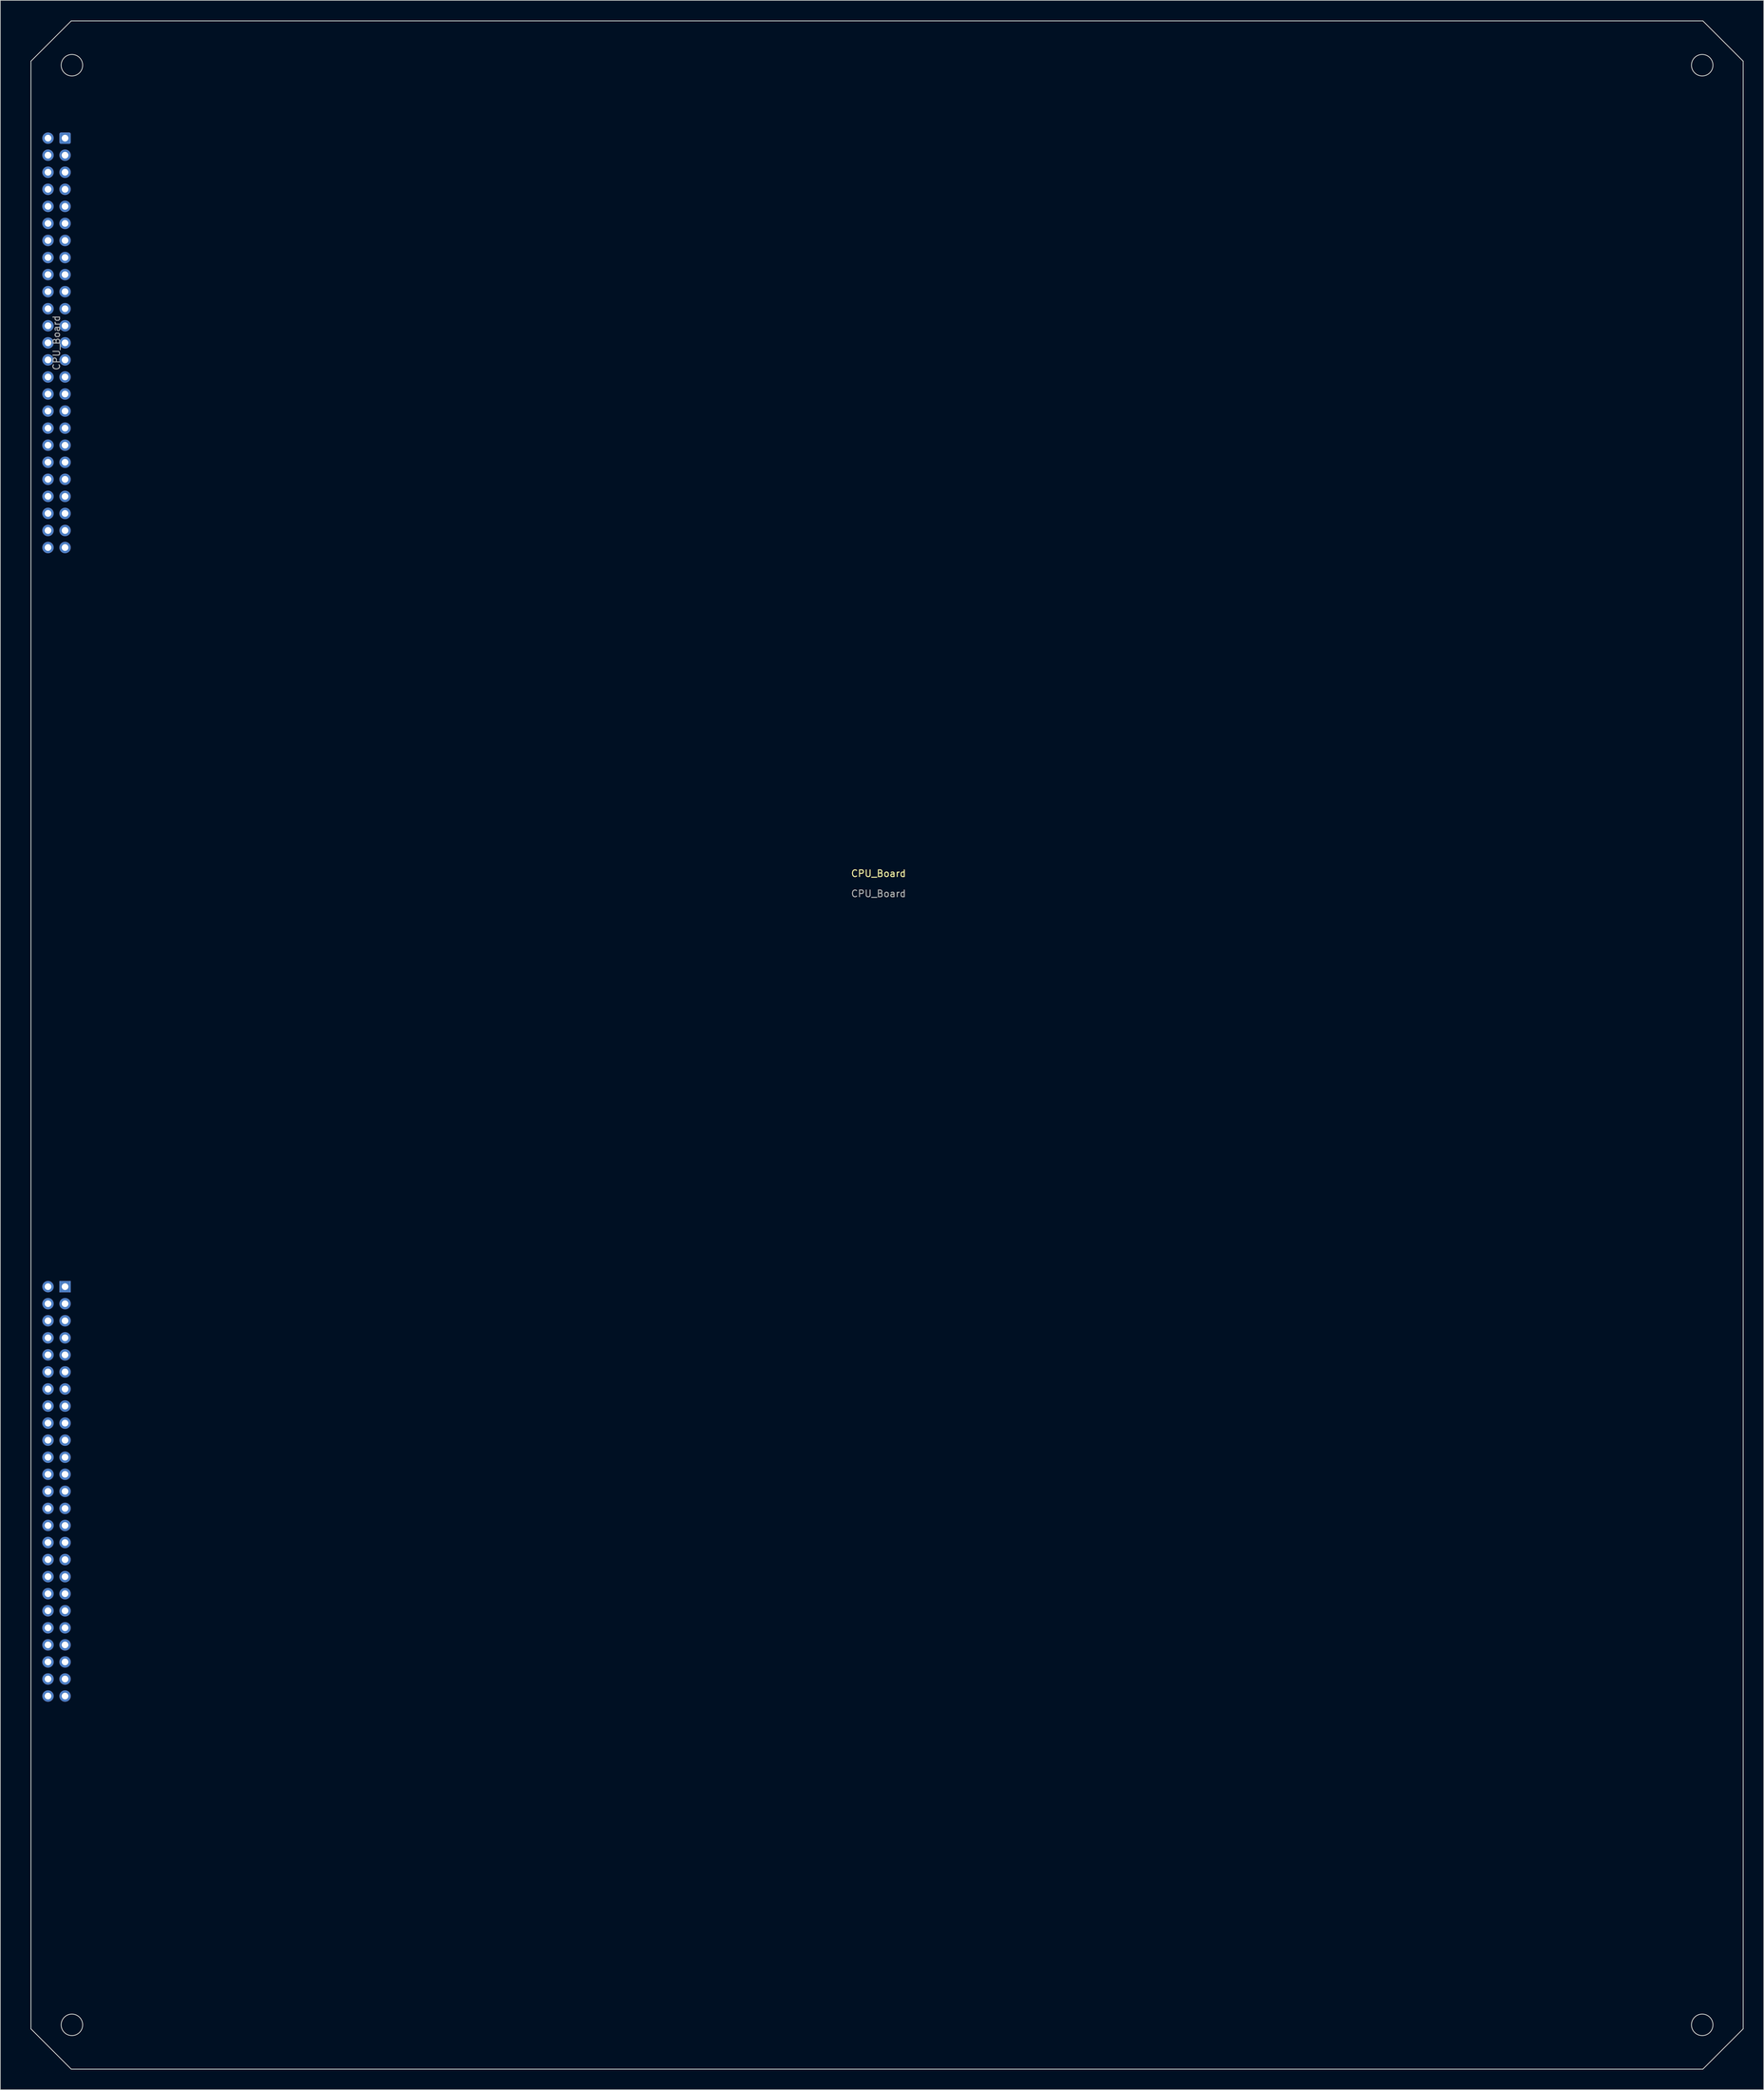
<source format=kicad_pcb>
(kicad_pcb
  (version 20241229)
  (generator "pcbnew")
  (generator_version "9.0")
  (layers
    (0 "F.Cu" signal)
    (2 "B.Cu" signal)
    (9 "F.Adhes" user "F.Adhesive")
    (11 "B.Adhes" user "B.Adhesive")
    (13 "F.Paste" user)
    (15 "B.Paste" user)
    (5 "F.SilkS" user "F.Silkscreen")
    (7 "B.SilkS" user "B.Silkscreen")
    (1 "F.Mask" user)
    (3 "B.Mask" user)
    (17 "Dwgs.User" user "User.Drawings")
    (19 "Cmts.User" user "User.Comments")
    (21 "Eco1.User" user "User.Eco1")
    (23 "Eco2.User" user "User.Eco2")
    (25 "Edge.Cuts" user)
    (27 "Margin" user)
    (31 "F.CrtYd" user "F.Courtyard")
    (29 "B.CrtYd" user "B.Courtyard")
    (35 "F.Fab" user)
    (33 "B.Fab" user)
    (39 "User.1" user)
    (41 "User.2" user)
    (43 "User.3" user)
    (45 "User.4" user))
  (footprint "CPU_Board"
    (layer "F.Cu")
    (at 127.79 127.52)
    (property "Reference" "CPU_Board" (at 0 -0.5 0) (unlocked yes) (layer "F.SilkS") (effects (font (size 1 1) (thickness 0.15))))
    (attr through_hole)
    (fp_line (start -126.23 -121.46) (end -126.23 171.54) (stroke (width 0.12) (type default)) (layer "Edge.Cuts"))
    (fp_line (start -126.23 171.54) (end -120.23 177.54) (stroke (width 0.12) (type default)) (layer "Edge.Cuts"))
    (fp_line (start -120.23 -127.46) (end -126.23 -121.46) (stroke (width 0.12) (type default)) (layer "Edge.Cuts"))
    (fp_line (start -120.23 177.54) (end 122.77 177.54) (stroke (width 0.12) (type default)) (layer "Edge.Cuts"))
    (fp_line (start 122.77 -127.46) (end -120.23 -127.46) (stroke (width 0.12) (type default)) (layer "Edge.Cuts"))
    (fp_line (start 122.77 177.54) (end 128.77 171.54) (stroke (width 0.12) (type default)) (layer "Edge.Cuts"))
    (fp_line (start 128.77 -121.46) (end 122.77 -127.46) (stroke (width 0.12) (type default)) (layer "Edge.Cuts"))
    (fp_line (start 128.77 -121.46) (end 128.77 171.54) (stroke (width 0.12) (type default)) (layer "Edge.Cuts"))
    (fp_circle (center -120.13 -120.86) (end -118.53 -120.86) (stroke (width 0.12) (type solid)) (fill no) (layer "Edge.Cuts"))
    (fp_circle (center -120.13 170.94) (end -118.53 170.94) (stroke (width 0.12) (type solid)) (fill no) (layer "Edge.Cuts"))
    (fp_circle (center 122.67 -120.86) (end 124.27 -120.86) (stroke (width 0.12) (type solid)) (fill no) (layer "Edge.Cuts"))
    (fp_circle (center 122.67 170.94) (end 124.27 170.94) (stroke (width 0.12) (type solid)) (fill no) (layer "Edge.Cuts"))
    (fp_line (start -127.73 -111.21) (end -125.73 -111.21) (stroke (width 0.12) (type default)) (layer "Margin"))
    (fp_line (start -127.73 -47.964) (end -127.73 -111.21) (stroke (width 0.12) (type default)) (layer "Margin"))
    (fp_line (start -127.73 -47.964) (end -125.73 -47.964) (stroke (width 0.12) (type default)) (layer "Margin"))
    (fp_line (start -127.73 59.69) (end -125.73 59.69) (stroke (width 0.12) (type default)) (layer "Margin"))
    (fp_line (start -127.73 123.3) (end -127.73 59.69) (stroke (width 0.12) (type default)) (layer "Margin"))
    (fp_line (start -127.73 123.3) (end -125.73 123.3) (stroke (width 0.12) (type default)) (layer "Margin"))
    (fp_line (start -124.01 60.7) (end -124.01 61.34) (stroke (width 0.1) (type solid)) (layer "F.Fab"))
    (fp_line (start -124.01 63.24) (end -124.01 63.88) (stroke (width 0.1) (type solid)) (layer "F.Fab"))
    (fp_line (start -124.01 65.78) (end -124.01 66.42) (stroke (width 0.1) (type solid)) (layer "F.Fab"))
    (fp_line (start -124.01 68.32) (end -124.01 68.96) (stroke (width 0.1) (type solid)) (layer "F.Fab"))
    (fp_line (start -124.01 70.86) (end -124.01 71.5) (stroke (width 0.1) (type solid)) (layer "F.Fab"))
    (fp_line (start -124.01 73.4) (end -124.01 74.04) (stroke (width 0.1) (type solid)) (layer "F.Fab"))
    (fp_line (start -124.01 75.94) (end -124.01 76.58) (stroke (width 0.1) (type solid)) (layer "F.Fab"))
    (fp_line (start -124.01 81.02) (end -124.01 81.66) (stroke (width 0.1) (type solid)) (layer "F.Fab"))
    (fp_line (start -124.01 83.56) (end -124.01 84.2) (stroke (width 0.1) (type solid)) (layer "F.Fab"))
    (fp_line (start -124.01 86.1) (end -124.01 86.74) (stroke (width 0.1) (type solid)) (layer "F.Fab"))
    (fp_line (start -124.01 88.64) (end -124.01 89.28) (stroke (width 0.1) (type solid)) (layer "F.Fab"))
    (fp_line (start -124.01 91.18) (end -124.01 91.82) (stroke (width 0.1) (type solid)) (layer "F.Fab"))
    (fp_line (start -124.01 93.72) (end -124.01 94.36) (stroke (width 0.1) (type solid)) (layer "F.Fab"))
    (fp_line (start -124.01 96.26) (end -124.01 96.9) (stroke (width 0.1) (type solid)) (layer "F.Fab"))
    (fp_line (start -124.01 98.8) (end -124.01 99.44) (stroke (width 0.1) (type solid)) (layer "F.Fab"))
    (fp_line (start -124.01 101.34) (end -124.01 101.98) (stroke (width 0.1) (type solid)) (layer "F.Fab"))
    (fp_line (start -124.01 103.88) (end -124.01 104.52) (stroke (width 0.1) (type solid)) (layer "F.Fab"))
    (fp_line (start -124.01 106.42) (end -124.01 107.06) (stroke (width 0.1) (type solid)) (layer "F.Fab"))
    (fp_line (start -124.01 108.96) (end -124.01 109.6) (stroke (width 0.1) (type solid)) (layer "F.Fab"))
    (fp_line (start -124.01 111.5) (end -124.01 112.14) (stroke (width 0.1) (type solid)) (layer "F.Fab"))
    (fp_line (start -124.01 114.04) (end -124.01 114.68) (stroke (width 0.1) (type solid)) (layer "F.Fab"))
    (fp_line (start -124.01 116.58) (end -124.01 117.22) (stroke (width 0.1) (type solid)) (layer "F.Fab"))
    (fp_line (start -124.01 119.12) (end -124.01 119.76) (stroke (width 0.1) (type solid)) (layer "F.Fab"))
    (fp_line (start -124.01 121.66) (end -124.01 122.3) (stroke (width 0.1) (type solid)) (layer "F.Fab"))
    (fp_line (start -120.83 79.12) (end -120.83 78.48) (stroke (width 0.1) (type solid)) (layer "F.Fab"))
    (fp_text user "${REFERENCE}" (at -122.42 -79.52 90) (layer "F.Fab") (effects (font (size 1 1) (thickness 0.15))))
    (fp_text user "${REFERENCE}" (at 0 2.5 0) (unlocked yes) (layer "F.Fab") (effects (font (size 1 1) (thickness 0.15))))
    (pad "1" thru_hole roundrect (at -121.15 -110 180) (size 1.7 1.7) (drill 1) (layers "*.Cu" "*.Mask") (roundrect_rratio 0.147))
    (pad "1" thru_hole rect (at -121.15 61.02 180) (size 1.7 1.7) (drill 1) (layers "*.Cu" "*.Mask"))
    (pad "2" thru_hole circle (at -123.69 -110 180) (size 1.7 1.7) (drill 1) (layers "*.Cu" "*.Mask"))
    (pad "2" thru_hole circle (at -123.69 61.02 180) (size 1.7 1.7) (drill 1) (layers "*.Cu" "*.Mask"))
    (pad "3" thru_hole circle (at -121.15 -107.46 180) (size 1.7 1.7) (drill 1) (layers "*.Cu" "*.Mask"))
    (pad "3" thru_hole circle (at -121.15 63.56 180) (size 1.7 1.7) (drill 1) (layers "*.Cu" "*.Mask"))
    (pad "4" thru_hole circle (at -123.69 -107.46 180) (size 1.7 1.7) (drill 1) (layers "*.Cu" "*.Mask"))
    (pad "4" thru_hole circle (at -123.69 63.56 180) (size 1.7 1.7) (drill 1) (layers "*.Cu" "*.Mask"))
    (pad "5" thru_hole circle (at -121.15 -104.92 180) (size 1.7 1.7) (drill 1) (layers "*.Cu" "*.Mask"))
    (pad "5" thru_hole circle (at -121.15 66.1 180) (size 1.7 1.7) (drill 1) (layers "*.Cu" "*.Mask"))
    (pad "6" thru_hole circle (at -123.69 -104.92 180) (size 1.7 1.7) (drill 1) (layers "*.Cu" "*.Mask"))
    (pad "6" thru_hole circle (at -123.69 66.1 180) (size 1.7 1.7) (drill 1) (layers "*.Cu" "*.Mask"))
    (pad "7" thru_hole circle (at -121.15 -102.38 180) (size 1.7 1.7) (drill 1) (layers "*.Cu" "*.Mask"))
    (pad "7" thru_hole circle (at -121.15 68.64 180) (size 1.7 1.7) (drill 1) (layers "*.Cu" "*.Mask"))
    (pad "8" thru_hole circle (at -123.69 -102.38 180) (size 1.7 1.7) (drill 1) (layers "*.Cu" "*.Mask"))
    (pad "8" thru_hole circle (at -123.69 68.64 180) (size 1.7 1.7) (drill 1) (layers "*.Cu" "*.Mask"))
    (pad "9" thru_hole circle (at -121.15 -99.84 180) (size 1.7 1.7) (drill 1) (layers "*.Cu" "*.Mask"))
    (pad "9" thru_hole circle (at -121.15 71.18 180) (size 1.7 1.7) (drill 1) (layers "*.Cu" "*.Mask"))
    (pad "10" thru_hole circle (at -123.69 -99.84 180) (size 1.7 1.7) (drill 1) (layers "*.Cu" "*.Mask"))
    (pad "10" thru_hole circle (at -123.69 71.18 180) (size 1.7 1.7) (drill 1) (layers "*.Cu" "*.Mask"))
    (pad "11" thru_hole circle (at -121.15 -97.3 180) (size 1.7 1.7) (drill 1) (layers "*.Cu" "*.Mask"))
    (pad "11" thru_hole circle (at -121.15 73.72 180) (size 1.7 1.7) (drill 1) (layers "*.Cu" "*.Mask"))
    (pad "12" thru_hole circle (at -123.69 -97.3 180) (size 1.7 1.7) (drill 1) (layers "*.Cu" "*.Mask"))
    (pad "12" thru_hole circle (at -123.69 73.72 180) (size 1.7 1.7) (drill 1) (layers "*.Cu" "*.Mask"))
    (pad "13" thru_hole circle (at -121.15 -94.76 180) (size 1.7 1.7) (drill 1) (layers "*.Cu" "*.Mask"))
    (pad "13" thru_hole circle (at -121.15 76.26 180) (size 1.7 1.7) (drill 1) (layers "*.Cu" "*.Mask"))
    (pad "14" thru_hole circle (at -123.69 -94.76 180) (size 1.7 1.7) (drill 1) (layers "*.Cu" "*.Mask"))
    (pad "14" thru_hole circle (at -123.69 76.26 180) (size 1.7 1.7) (drill 1) (layers "*.Cu" "*.Mask"))
    (pad "15" thru_hole circle (at -121.15 -92.22 180) (size 1.7 1.7) (drill 1) (layers "*.Cu" "*.Mask"))
    (pad "15" thru_hole circle (at -121.15 78.8 180) (size 1.7 1.7) (drill 1) (layers "*.Cu" "*.Mask"))
    (pad "16" thru_hole circle (at -123.69 -92.22 180) (size 1.7 1.7) (drill 1) (layers "*.Cu" "*.Mask"))
    (pad "16" thru_hole circle (at -123.69 78.8 180) (size 1.7 1.7) (drill 1) (layers "*.Cu" "*.Mask"))
    (pad "17" thru_hole circle (at -121.15 -89.68 180) (size 1.7 1.7) (drill 1) (layers "*.Cu" "*.Mask"))
    (pad "17" thru_hole circle (at -121.15 81.34 180) (size 1.7 1.7) (drill 1) (layers "*.Cu" "*.Mask"))
    (pad "18" thru_hole circle (at -123.69 -89.68 180) (size 1.7 1.7) (drill 1) (layers "*.Cu" "*.Mask"))
    (pad "18" thru_hole circle (at -123.69 81.34 180) (size 1.7 1.7) (drill 1) (layers "*.Cu" "*.Mask"))
    (pad "19" thru_hole circle (at -121.15 -87.14 180) (size 1.7 1.7) (drill 1) (layers "*.Cu" "*.Mask"))
    (pad "19" thru_hole circle (at -121.15 83.88 180) (size 1.7 1.7) (drill 1) (layers "*.Cu" "*.Mask"))
    (pad "20" thru_hole circle (at -123.69 -87.14 180) (size 1.7 1.7) (drill 1) (layers "*.Cu" "*.Mask"))
    (pad "20" thru_hole circle (at -123.69 83.88 180) (size 1.7 1.7) (drill 1) (layers "*.Cu" "*.Mask"))
    (pad "21" thru_hole circle (at -121.15 -84.6 180) (size 1.7 1.7) (drill 1) (layers "*.Cu" "*.Mask"))
    (pad "21" thru_hole circle (at -121.15 86.42 180) (size 1.7 1.7) (drill 1) (layers "*.Cu" "*.Mask"))
    (pad "22" thru_hole circle (at -123.69 -84.6 180) (size 1.7 1.7) (drill 1) (layers "*.Cu" "*.Mask"))
    (pad "22" thru_hole circle (at -123.69 86.42 180) (size 1.7 1.7) (drill 1) (layers "*.Cu" "*.Mask"))
    (pad "23" thru_hole circle (at -121.15 -82.06 180) (size 1.7 1.7) (drill 1) (layers "*.Cu" "*.Mask"))
    (pad "23" thru_hole circle (at -121.15 88.96 180) (size 1.7 1.7) (drill 1) (layers "*.Cu" "*.Mask"))
    (pad "24" thru_hole circle (at -123.69 -82.06 180) (size 1.7 1.7) (drill 1) (layers "*.Cu" "*.Mask"))
    (pad "24" thru_hole circle (at -123.69 88.96 180) (size 1.7 1.7) (drill 1) (layers "*.Cu" "*.Mask"))
    (pad "25" thru_hole circle (at -121.15 -79.52 180) (size 1.7 1.7) (drill 1) (layers "*.Cu" "*.Mask"))
    (pad "25" thru_hole circle (at -121.15 91.5 180) (size 1.7 1.7) (drill 1) (layers "*.Cu" "*.Mask"))
    (pad "26" thru_hole circle (at -123.69 -79.52 180) (size 1.7 1.7) (drill 1) (layers "*.Cu" "*.Mask"))
    (pad "26" thru_hole circle (at -123.69 91.5 180) (size 1.7 1.7) (drill 1) (layers "*.Cu" "*.Mask"))
    (pad "27" thru_hole circle (at -121.15 -76.98 180) (size 1.7 1.7) (drill 1) (layers "*.Cu" "*.Mask"))
    (pad "27" thru_hole circle (at -121.15 94.04 180) (size 1.7 1.7) (drill 1) (layers "*.Cu" "*.Mask"))
    (pad "28" thru_hole circle (at -123.69 -76.98 180) (size 1.7 1.7) (drill 1) (layers "*.Cu" "*.Mask"))
    (pad "28" thru_hole circle (at -123.69 94.04 180) (size 1.7 1.7) (drill 1) (layers "*.Cu" "*.Mask"))
    (pad "29" thru_hole circle (at -121.15 -74.44 180) (size 1.7 1.7) (drill 1) (layers "*.Cu" "*.Mask"))
    (pad "29" thru_hole circle (at -121.15 96.58 180) (size 1.7 1.7) (drill 1) (layers "*.Cu" "*.Mask"))
    (pad "30" thru_hole circle (at -123.69 -74.44 180) (size 1.7 1.7) (drill 1) (layers "*.Cu" "*.Mask"))
    (pad "30" thru_hole circle (at -123.69 96.58 180) (size 1.7 1.7) (drill 1) (layers "*.Cu" "*.Mask"))
    (pad "31" thru_hole circle (at -121.15 -71.9 180) (size 1.7 1.7) (drill 1) (layers "*.Cu" "*.Mask"))
    (pad "31" thru_hole circle (at -121.15 99.12 180) (size 1.7 1.7) (drill 1) (layers "*.Cu" "*.Mask"))
    (pad "32" thru_hole circle (at -123.69 -71.9 180) (size 1.7 1.7) (drill 1) (layers "*.Cu" "*.Mask"))
    (pad "32" thru_hole circle (at -123.69 99.12 180) (size 1.7 1.7) (drill 1) (layers "*.Cu" "*.Mask"))
    (pad "33" thru_hole circle (at -121.15 -69.36 180) (size 1.7 1.7) (drill 1) (layers "*.Cu" "*.Mask"))
    (pad "33" thru_hole circle (at -121.15 101.66 180) (size 1.7 1.7) (drill 1) (layers "*.Cu" "*.Mask"))
    (pad "34" thru_hole circle (at -123.69 -69.36 180) (size 1.7 1.7) (drill 1) (layers "*.Cu" "*.Mask"))
    (pad "34" thru_hole circle (at -123.69 101.66 180) (size 1.7 1.7) (drill 1) (layers "*.Cu" "*.Mask"))
    (pad "35" thru_hole circle (at -121.15 -66.82 180) (size 1.7 1.7) (drill 1) (layers "*.Cu" "*.Mask"))
    (pad "35" thru_hole circle (at -121.15 104.2 180) (size 1.7 1.7) (drill 1) (layers "*.Cu" "*.Mask"))
    (pad "36" thru_hole circle (at -123.69 -66.82 180) (size 1.7 1.7) (drill 1) (layers "*.Cu" "*.Mask"))
    (pad "36" thru_hole circle (at -123.69 104.2 180) (size 1.7 1.7) (drill 1) (layers "*.Cu" "*.Mask"))
    (pad "37" thru_hole circle (at -121.15 -64.28 180) (size 1.7 1.7) (drill 1) (layers "*.Cu" "*.Mask"))
    (pad "37" thru_hole circle (at -121.15 106.74 180) (size 1.7 1.7) (drill 1) (layers "*.Cu" "*.Mask"))
    (pad "38" thru_hole circle (at -123.69 -64.28 180) (size 1.7 1.7) (drill 1) (layers "*.Cu" "*.Mask"))
    (pad "38" thru_hole circle (at -123.69 106.74 180) (size 1.7 1.7) (drill 1) (layers "*.Cu" "*.Mask"))
    (pad "39" thru_hole circle (at -121.15 -61.74 180) (size 1.7 1.7) (drill 1) (layers "*.Cu" "*.Mask"))
    (pad "39" thru_hole circle (at -121.15 109.28 180) (size 1.7 1.7) (drill 1) (layers "*.Cu" "*.Mask"))
    (pad "40" thru_hole circle (at -123.69 -61.74 180) (size 1.7 1.7) (drill 1) (layers "*.Cu" "*.Mask"))
    (pad "40" thru_hole circle (at -123.69 109.28 180) (size 1.7 1.7) (drill 1) (layers "*.Cu" "*.Mask"))
    (pad "41" thru_hole circle (at -121.15 -59.2 180) (size 1.7 1.7) (drill 1) (layers "*.Cu" "*.Mask"))
    (pad "41" thru_hole circle (at -121.15 111.82 180) (size 1.7 1.7) (drill 1) (layers "*.Cu" "*.Mask"))
    (pad "42" thru_hole circle (at -123.69 -59.2 180) (size 1.7 1.7) (drill 1) (layers "*.Cu" "*.Mask"))
    (pad "42" thru_hole circle (at -123.69 111.82 180) (size 1.7 1.7) (drill 1) (layers "*.Cu" "*.Mask"))
    (pad "43" thru_hole circle (at -121.15 -56.66 180) (size 1.7 1.7) (drill 1) (layers "*.Cu" "*.Mask"))
    (pad "43" thru_hole circle (at -121.15 114.36 180) (size 1.7 1.7) (drill 1) (layers "*.Cu" "*.Mask"))
    (pad "44" thru_hole circle (at -123.69 -56.66 180) (size 1.7 1.7) (drill 1) (layers "*.Cu" "*.Mask"))
    (pad "44" thru_hole circle (at -123.69 114.36 180) (size 1.7 1.7) (drill 1) (layers "*.Cu" "*.Mask"))
    (pad "45" thru_hole circle (at -121.15 -54.12 180) (size 1.7 1.7) (drill 1) (layers "*.Cu" "*.Mask"))
    (pad "45" thru_hole circle (at -121.15 116.9 180) (size 1.7 1.7) (drill 1) (layers "*.Cu" "*.Mask"))
    (pad "46" thru_hole circle (at -123.69 -54.12 180) (size 1.7 1.7) (drill 1) (layers "*.Cu" "*.Mask"))
    (pad "46" thru_hole circle (at -123.69 116.9 180) (size 1.7 1.7) (drill 1) (layers "*.Cu" "*.Mask"))
    (pad "47" thru_hole circle (at -121.15 -51.58 180) (size 1.7 1.7) (drill 1) (layers "*.Cu" "*.Mask"))
    (pad "47" thru_hole circle (at -121.15 119.44 180) (size 1.7 1.7) (drill 1) (layers "*.Cu" "*.Mask"))
    (pad "48" thru_hole circle (at -123.69 -51.58 180) (size 1.7 1.7) (drill 1) (layers "*.Cu" "*.Mask"))
    (pad "48" thru_hole circle (at -123.69 119.44 180) (size 1.7 1.7) (drill 1) (layers "*.Cu" "*.Mask"))
    (pad "49" thru_hole circle (at -121.15 -49.04 180) (size 1.7 1.7) (drill 1) (layers "*.Cu" "*.Mask"))
    (pad "49" thru_hole circle (at -121.15 121.98 180) (size 1.7 1.7) (drill 1) (layers "*.Cu" "*.Mask"))
    (pad "50" thru_hole circle (at -123.69 -49.04 180) (size 1.7 1.7) (drill 1) (layers "*.Cu" "*.Mask"))
    (pad "50" thru_hole circle (at -123.69 121.98 180) (size 1.7 1.7) (drill 1) (layers "*.Cu" "*.Mask")))
  (gr_rect
    (start -3 -3)
    (end 259.62 308.12)
    (stroke (width 0.1) (type default))
    (fill no)
    (layer "Edge.Cuts")))
</source>
